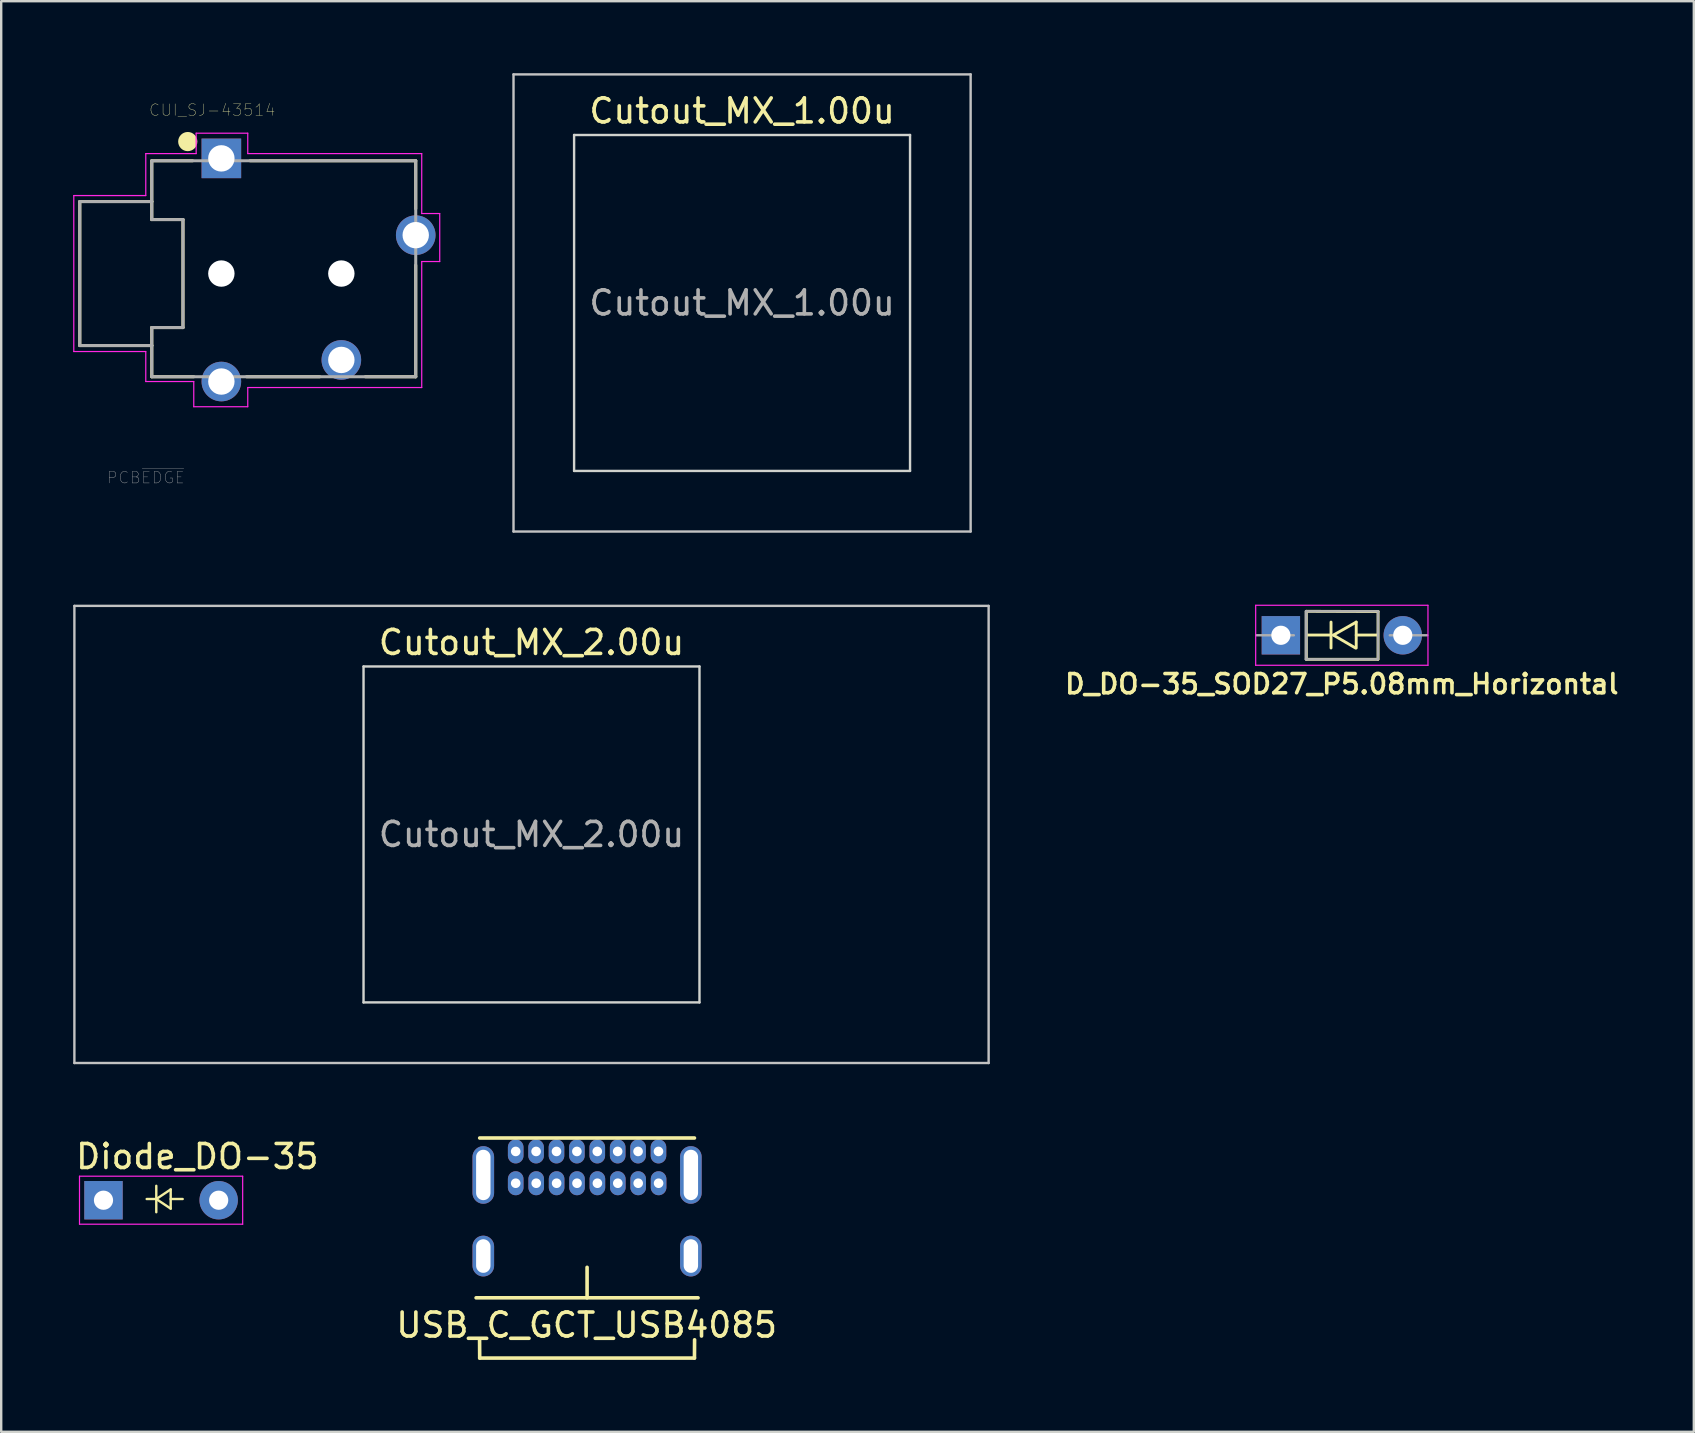
<source format=kicad_pcb>
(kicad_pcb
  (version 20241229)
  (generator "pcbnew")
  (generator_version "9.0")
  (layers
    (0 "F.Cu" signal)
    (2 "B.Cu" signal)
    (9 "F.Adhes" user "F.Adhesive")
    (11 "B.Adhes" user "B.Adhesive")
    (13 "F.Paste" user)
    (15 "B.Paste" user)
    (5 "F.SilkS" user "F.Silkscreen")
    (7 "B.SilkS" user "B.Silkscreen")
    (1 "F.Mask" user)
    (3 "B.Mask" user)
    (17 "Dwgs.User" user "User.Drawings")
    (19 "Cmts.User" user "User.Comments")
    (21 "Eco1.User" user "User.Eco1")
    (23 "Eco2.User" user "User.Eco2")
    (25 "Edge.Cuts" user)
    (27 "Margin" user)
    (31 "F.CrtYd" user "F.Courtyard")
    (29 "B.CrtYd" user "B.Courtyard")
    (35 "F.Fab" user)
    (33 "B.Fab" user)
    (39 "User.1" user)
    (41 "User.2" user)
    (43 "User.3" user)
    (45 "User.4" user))
  (footprint "CUI_SJ-43514"
    (layer "F.Cu")
    (at 8.775 8.35)
    (property "Reference" "CUI_SJ-43514" (at -2.98 -6.813 180) (layer "F.SilkS") (effects (font (size 0.481 0.481) (thickness 0.015))))
    (attr through_hole)
    (fp_line (start -8.5 -3) (end -5.5 -3) (stroke (width 0.127) (type solid)) (layer "F.SilkS"))
    (fp_line (start -8.5 3) (end -8.5 -3) (stroke (width 0.127) (type solid)) (layer "F.SilkS"))
    (fp_line (start -5.5 -4.7) (end -5.5 -3) (stroke (width 0.127) (type solid)) (layer "F.SilkS"))
    (fp_line (start -5.5 -3) (end -5.5 -2.25) (stroke (width 0.127) (type solid)) (layer "F.SilkS"))
    (fp_line (start -5.5 -2.25) (end -4.2 -2.25) (stroke (width 0.127) (type solid)) (layer "F.SilkS"))
    (fp_line (start -5.5 2.25) (end -5.5 3) (stroke (width 0.127) (type solid)) (layer "F.SilkS"))
    (fp_line (start -5.5 3) (end -8.5 3) (stroke (width 0.127) (type solid)) (layer "F.SilkS"))
    (fp_line (start -5.5 3) (end -5.5 4.3) (stroke (width 0.127) (type solid)) (layer "F.SilkS"))
    (fp_line (start -5.5 4.3) (end -3.75 4.3) (stroke (width 0.127) (type solid)) (layer "F.SilkS"))
    (fp_line (start -4.2 -2.25) (end -4.2 2.25) (stroke (width 0.127) (type solid)) (layer "F.SilkS"))
    (fp_line (start -4.2 2.25) (end -5.5 2.25) (stroke (width 0.127) (type solid)) (layer "F.SilkS"))
    (fp_line (start -3.8 -4.7) (end -5.5 -4.7) (stroke (width 0.127) (type solid)) (layer "F.SilkS"))
    (fp_line (start -1.4 -4.7) (end 5.5 -4.7) (stroke (width 0.127) (type solid)) (layer "F.SilkS"))
    (fp_line (start 1.5 4.3) (end -1.55 4.3) (stroke (width 0.127) (type solid)) (layer "F.SilkS"))
    (fp_line (start 5.5 -4.7) (end 5.5 -2.7) (stroke (width 0.127) (type solid)) (layer "F.SilkS"))
    (fp_line (start 5.5 -0.35) (end 5.5 4.3) (stroke (width 0.127) (type solid)) (layer "F.SilkS"))
    (fp_line (start 5.5 4.3) (end 3.4 4.3) (stroke (width 0.127) (type solid)) (layer "F.SilkS"))
    (fp_circle (center -4 -5.5) (end -3.8 -5.5) (stroke (width 0.4) (type solid)) (fill no) (layer "F.SilkS"))
    (fp_line (start -5.5 -8.35) (end -5.5 -2.25) (stroke (width 0.0001) (type solid)) (layer "Edge.Cuts"))
    (fp_line (start -5.5 -2.25) (end -4.2 -2.25) (stroke (width 0.0001) (type solid)) (layer "Edge.Cuts"))
    (fp_line (start -5.5 2.25) (end -5.5 8.85) (stroke (width 0.0001) (type solid)) (layer "Edge.Cuts"))
    (fp_line (start -4.2 -2.25) (end -4.2 2.25) (stroke (width 0.0001) (type solid)) (layer "Edge.Cuts"))
    (fp_line (start -4.2 2.25) (end -5.5 2.25) (stroke (width 0.0001) (type solid)) (layer "Edge.Cuts"))
    (fp_line (start -8.75 -3.25) (end -5.75 -3.25) (stroke (width 0.05) (type solid)) (layer "F.CrtYd"))
    (fp_line (start -8.75 3.25) (end -8.75 -3.25) (stroke (width 0.05) (type solid)) (layer "F.CrtYd"))
    (fp_line (start -5.75 -5) (end -3.65 -5) (stroke (width 0.05) (type solid)) (layer "F.CrtYd"))
    (fp_line (start -5.75 -3.25) (end -5.75 -5) (stroke (width 0.05) (type solid)) (layer "F.CrtYd"))
    (fp_line (start -5.75 3.25) (end -8.75 3.25) (stroke (width 0.05) (type solid)) (layer "F.CrtYd"))
    (fp_line (start -5.75 4.5) (end -5.75 3.25) (stroke (width 0.05) (type solid)) (layer "F.CrtYd"))
    (fp_line (start -3.75 4.5) (end -5.75 4.5) (stroke (width 0.05) (type solid)) (layer "F.CrtYd"))
    (fp_line (start -3.75 5.55) (end -3.75 4.5) (stroke (width 0.05) (type solid)) (layer "F.CrtYd"))
    (fp_line (start -3.65 -5.85) (end -1.5 -5.85) (stroke (width 0.05) (type solid)) (layer "F.CrtYd"))
    (fp_line (start -3.65 -5) (end -3.65 -5.85) (stroke (width 0.05) (type solid)) (layer "F.CrtYd"))
    (fp_line (start -1.5 -5.85) (end -1.5 -5) (stroke (width 0.05) (type solid)) (layer "F.CrtYd"))
    (fp_line (start -1.5 -5) (end 5.75 -5) (stroke (width 0.05) (type solid)) (layer "F.CrtYd"))
    (fp_line (start -1.5 4.75) (end -1.5 5.55) (stroke (width 0.05) (type solid)) (layer "F.CrtYd"))
    (fp_line (start -1.5 5.55) (end -3.75 5.55) (stroke (width 0.05) (type solid)) (layer "F.CrtYd"))
    (fp_line (start 5.75 -5) (end 5.75 -2.5) (stroke (width 0.05) (type solid)) (layer "F.CrtYd"))
    (fp_line (start 5.75 -2.5) (end 6.5 -2.5) (stroke (width 0.05) (type solid)) (layer "F.CrtYd"))
    (fp_line (start 5.75 -0.5) (end 5.75 4.75) (stroke (width 0.05) (type solid)) (layer "F.CrtYd"))
    (fp_line (start 5.75 4.75) (end -1.5 4.75) (stroke (width 0.05) (type solid)) (layer "F.CrtYd"))
    (fp_line (start 6.5 -2.5) (end 6.5 -0.5) (stroke (width 0.05) (type solid)) (layer "F.CrtYd"))
    (fp_line (start 6.5 -0.5) (end 5.75 -0.5) (stroke (width 0.05) (type solid)) (layer "F.CrtYd"))
    (fp_line (start -8.5 -3) (end -8.5 3) (stroke (width 0.127) (type solid)) (layer "F.Fab"))
    (fp_line (start -8.5 3) (end -5.5 3) (stroke (width 0.127) (type solid)) (layer "F.Fab"))
    (fp_line (start -5.5 -4.7) (end -5.5 -3) (stroke (width 0.127) (type solid)) (layer "F.Fab"))
    (fp_line (start -5.5 -4.7) (end 5.5 -4.7) (stroke (width 0.127) (type solid)) (layer "F.Fab"))
    (fp_line (start -5.5 -3) (end -8.5 -3) (stroke (width 0.127) (type solid)) (layer "F.Fab"))
    (fp_line (start -5.5 -3) (end -5.5 -2.25) (stroke (width 0.127) (type solid)) (layer "F.Fab"))
    (fp_line (start -5.5 -2.25) (end -4.2 -2.25) (stroke (width 0.127) (type solid)) (layer "F.Fab"))
    (fp_line (start -5.5 2.25) (end -5.5 3) (stroke (width 0.127) (type solid)) (layer "F.Fab"))
    (fp_line (start -5.5 3) (end -5.5 4.3) (stroke (width 0.127) (type solid)) (layer "F.Fab"))
    (fp_line (start -5.5 4.3) (end 5.5 4.3) (stroke (width 0.127) (type solid)) (layer "F.Fab"))
    (fp_line (start -4.2 -2.25) (end -4.2 2.25) (stroke (width 0.127) (type solid)) (layer "F.Fab"))
    (fp_line (start -4.2 2.25) (end -5.5 2.25) (stroke (width 0.127) (type solid)) (layer "F.Fab"))
    (fp_line (start 5.5 -4.7) (end 5.5 4.3) (stroke (width 0.127) (type solid)) (layer "F.Fab"))
    (fp_text user "PCB~{EDGE}" (at -5.753 8.505 180) (layer "F.Fab") (effects (font (size 0.48 0.48) (thickness 0.015))))
    (pad "" np_thru_hole circle (at -2.6 0) (size 1.1 1.1) (drill 1.1) (layers "*.Cu" "*.Mask"))
    (pad "" np_thru_hole circle (at 2.4 0) (size 1.1 1.1) (drill 1.1) (layers "*.Cu" "*.Mask"))
    (pad "1" thru_hole rect (at -2.6 -4.8) (size 1.65 1.65) (drill 1.1) (layers "*.Cu" "*.Mask"))
    (pad "2" thru_hole circle (at 2.4 3.6) (size 1.65 1.65) (drill 1.1) (layers "*.Cu" "*.Mask"))
    (pad "3" thru_hole circle (at 5.5 -1.6) (size 1.65 1.65) (drill 1.1) (layers "*.Cu" "*.Mask"))
    (pad "4" thru_hole circle (at -2.6 4.5) (size 1.65 1.65) (drill 1.1) (layers "*.Cu" "*.Mask")))
  (footprint "D_DO-35_SOD27_P5.08mm_Horizontal"
    (layer "F.Cu")
    (at 49.059 23.425)
    (property "Reference" "D_DO-35_SOD27_P5.08mm_Horizontal" (at 3.81 2.032 180) (layer "F.SilkS") (effects (font (size 0.8 0.8) (thickness 0.15))))
    (attr through_hole)
    (fp_line (start 2.33 -1) (end 5.32 -0.99) (stroke (width 0.12) (type solid)) (layer "F.SilkS"))
    (fp_line (start 2.33 1) (end 2.33 -1) (stroke (width 0.12) (type solid)) (layer "F.SilkS"))
    (fp_line (start 2.34 1) (end 5.31 1) (stroke (width 0.12) (type solid)) (layer "F.SilkS"))
    (fp_line (start 2.4 -0.01) (end 3.35 -0.01) (stroke (width 0.12) (type solid)) (layer "F.SilkS"))
    (fp_line (start 3.36 0.53) (end 3.36 -0.55) (stroke (width 0.12) (type solid)) (layer "F.SilkS"))
    (fp_line (start 3.46 -0.01) (end 4.41 -0.55) (stroke (width 0.12) (type solid)) (layer "F.SilkS"))
    (fp_line (start 3.47 0) (end 4.38 0.53) (stroke (width 0.12) (type solid)) (layer "F.SilkS"))
    (fp_line (start 4.41 0.53) (end 4.41 -0.55) (stroke (width 0.12) (type solid)) (layer "F.SilkS"))
    (fp_line (start 5.3 -0.01) (end 4.41 -0.01) (stroke (width 0.12) (type solid)) (layer "F.SilkS"))
    (fp_line (start 5.32 1) (end 5.32 -0.99) (stroke (width 0.12) (type solid)) (layer "F.SilkS"))
    (fp_line (start 0.22 -1.25) (end 0.22 1.25) (stroke (width 0.05) (type solid)) (layer "F.CrtYd"))
    (fp_line (start 0.22 1.25) (end 7.4 1.25) (stroke (width 0.05) (type solid)) (layer "F.CrtYd"))
    (fp_line (start 7.4 -1.25) (end 0.22 -1.25) (stroke (width 0.05) (type solid)) (layer "F.CrtYd"))
    (fp_line (start 7.4 1.25) (end 7.4 -1.25) (stroke (width 0.05) (type solid)) (layer "F.CrtYd"))
    (fp_line (start 0.25 0) (end 1.81 0) (stroke (width 0.1) (type solid)) (layer "F.Fab"))
    (fp_line (start 2.31 -1) (end 2.31 1) (stroke (width 0.1) (type solid)) (layer "F.Fab"))
    (fp_line (start 2.31 1) (end 5.3 1) (stroke (width 0.1) (type solid)) (layer "F.Fab"))
    (fp_line (start 2.33 -1) (end 2.33 1) (stroke (width 0.1) (type solid)) (layer "F.Fab"))
    (fp_line (start 5.32 -1) (end 2.33 -1) (stroke (width 0.1) (type solid)) (layer "F.Fab"))
    (fp_line (start 5.32 1) (end 5.32 -1) (stroke (width 0.1) (type solid)) (layer "F.Fab"))
    (fp_line (start 7.37 0) (end 5.81 0) (stroke (width 0.1) (type solid)) (layer "F.Fab"))
    (pad "1" thru_hole rect (at 1.27 0) (size 1.6 1.6) (drill 0.8) (layers "*.Cu" "*.Mask"))
    (pad "2" thru_hole oval (at 6.35 0) (size 1.6 1.6) (drill 0.8) (layers "*.Cu" "*.Mask")))
  (footprint "Cutout_MX_2.00u"
    (layer "F.Cu")
    (at 19.1 31.725)
    (property "Reference" "Cutout_MX_2.00u" (at 0 -8 0) (layer "F.SilkS") (effects (font (size 1 1) (thickness 0.15))))
    (attr through_hole)
    (fp_line (start -19.05 -9.525) (end -19.05 9.525) (stroke (width 0.1) (type solid)) (layer "Dwgs.User"))
    (fp_line (start -19.05 9.525) (end 19.05 9.525) (stroke (width 0.1) (type solid)) (layer "Dwgs.User"))
    (fp_line (start 19.05 -9.525) (end -19.05 -9.525) (stroke (width 0.1) (type solid)) (layer "Dwgs.User"))
    (fp_line (start 19.05 9.525) (end 19.05 -9.525) (stroke (width 0.1) (type solid)) (layer "Dwgs.User"))
    (fp_line (start -7 -7) (end -7 7) (stroke (width 0.1) (type solid)) (layer "Edge.Cuts"))
    (fp_line (start -7 7) (end 7 7) (stroke (width 0.1) (type solid)) (layer "Edge.Cuts"))
    (fp_line (start 7 -7) (end -7 -7) (stroke (width 0.1) (type solid)) (layer "Edge.Cuts"))
    (fp_line (start 7 7) (end 7 -7) (stroke (width 0.1) (type solid)) (layer "Edge.Cuts"))
    (fp_text user "${REFERENCE}" (at 0 0 0) (layer "F.Fab") (effects (font (size 1 1) (thickness 0.15)))))
  (footprint "Diode_DO-35"
    (layer "F.Cu")
    (at 1.363 47.268)
    (property "Reference" "Diode_DO-35" (at 3.81 -2.12 0) (layer "F.SilkS") (effects (font (size 1 1) (thickness 0.15))))
    (attr through_hole)
    (fp_line (start 1.7 -0.35) (end 2.1 -0.35) (stroke (width 0.1) (type solid)) (layer "F.SilkS"))
    (fp_line (start 2.1 -0.9) (end 2.1 0.2) (stroke (width 0.1) (type solid)) (layer "F.SilkS"))
    (fp_line (start 2.1 -0.35) (end 2.7 -0.75) (stroke (width 0.1) (type solid)) (layer "F.SilkS"))
    (fp_line (start 2.7 -0.75) (end 2.7 0.05) (stroke (width 0.1) (type solid)) (layer "F.SilkS"))
    (fp_line (start 2.7 -0.35) (end 3.2 -0.35) (stroke (width 0.1) (type solid)) (layer "F.SilkS"))
    (fp_line (start 2.7 0.05) (end 2.1 -0.35) (stroke (width 0.1) (type solid)) (layer "F.SilkS"))
    (fp_line (start -1.1 -1.3) (end -1.1 0.7) (stroke (width 0.05) (type solid)) (layer "F.CrtYd"))
    (fp_line (start -1.1 0.7) (end 5.7 0.7) (stroke (width 0.05) (type solid)) (layer "F.CrtYd"))
    (fp_line (start 5.7 -1.3) (end -1.1 -1.3) (stroke (width 0.05) (type solid)) (layer "F.CrtYd"))
    (fp_line (start 5.7 0.7) (end 5.7 -1.3) (stroke (width 0.05) (type solid)) (layer "F.CrtYd"))
    (pad "1" thru_hole rect (at -0.1 -0.3) (size 1.6 1.6) (drill 0.8) (layers "*.Cu" "*.Mask"))
    (pad "2" thru_hole oval (at 4.7 -0.3) (size 1.6 1.6) (drill 0.8) (layers "*.Cu" "*.Mask")))
  (footprint "USB_C_GCT_USB4085"
    (layer "F.Cu")
    (at 21.416 51.035)
    (property "Reference" "USB_C_GCT_USB4085" (at -0.017 1.137 180) (layer "F.SilkS") (effects (font (size 1 1) (thickness 0.15))))
    (attr through_hole)
    (fp_line (start -4.625 0) (end 4.625 0) (stroke (width 0.15) (type solid)) (layer "F.SilkS"))
    (fp_line (start -4.475 -6.66) (end 4.475 -6.66) (stroke (width 0.15) (type solid)) (layer "F.SilkS"))
    (fp_line (start -4.475 2.51) (end -4.48 1.75) (stroke (width 0.15) (type solid)) (layer "F.SilkS"))
    (fp_line (start -4.475 2.51) (end 4.475 2.51) (stroke (width 0.15) (type solid)) (layer "F.SilkS"))
    (fp_line (start 0 0) (end 0 -1.27) (stroke (width 0.15) (type solid)) (layer "F.SilkS"))
    (fp_line (start 4.48 1.75) (end 4.475 2.51) (stroke (width 0.15) (type solid)) (layer "F.SilkS"))
    (pad "A1" thru_hole oval (at -2.975 -6.1) (size 0.65 1) (drill 0.4) (layers "*.Cu" "*.Mask"))
    (pad "A4" thru_hole oval (at -2.125 -6.1) (size 0.65 1) (drill 0.4) (layers "*.Cu" "*.Mask"))
    (pad "A5" thru_hole oval (at -1.275 -6.1) (size 0.65 1) (drill 0.4) (layers "*.Cu" "*.Mask"))
    (pad "A6" thru_hole oval (at -0.425 -6.1) (size 0.65 1) (drill 0.4) (layers "*.Cu" "*.Mask"))
    (pad "A7" thru_hole oval (at 0.425 -6.1) (size 0.65 1) (drill 0.4) (layers "*.Cu" "*.Mask"))
    (pad "A8" thru_hole oval (at 1.275 -6.1) (size 0.65 1) (drill 0.4) (layers "*.Cu" "*.Mask"))
    (pad "A9" thru_hole oval (at 2.125 -6.1) (size 0.65 1) (drill 0.4) (layers "*.Cu" "*.Mask"))
    (pad "A12" thru_hole oval (at 2.975 -6.1) (size 0.65 1) (drill 0.4) (layers "*.Cu" "*.Mask"))
    (pad "B1" thru_hole oval (at 2.98 -4.775) (size 0.65 1) (drill 0.4) (layers "*.Cu" "*.Mask"))
    (pad "B4" thru_hole oval (at 2.13 -4.775) (size 0.65 1) (drill 0.4) (layers "*.Cu" "*.Mask"))
    (pad "B5" thru_hole oval (at 1.28 -4.775) (size 0.65 1) (drill 0.4) (layers "*.Cu" "*.Mask"))
    (pad "B6" thru_hole oval (at 0.43 -4.775) (size 0.65 1) (drill 0.4) (layers "*.Cu" "*.Mask"))
    (pad "B7" thru_hole oval (at -0.42 -4.775) (size 0.65 1) (drill 0.4) (layers "*.Cu" "*.Mask"))
    (pad "B8" thru_hole oval (at -1.27 -4.775) (size 0.65 1) (drill 0.4) (layers "*.Cu" "*.Mask"))
    (pad "B9" thru_hole oval (at -2.12 -4.775) (size 0.65 1) (drill 0.4) (layers "*.Cu" "*.Mask"))
    (pad "B12" thru_hole oval (at -2.975 -4.775) (size 0.65 1) (drill 0.4) (layers "*.Cu" "*.Mask"))
    (pad "S1" thru_hole oval (at -4.325 -5.12) (size 0.9 2.4) (drill oval 0.6 2.1) (layers "*.Cu" "*.Mask"))
    (pad "S1" thru_hole oval (at -4.325 -1.74) (size 0.9 1.7) (drill oval 0.6 1.4) (layers "*.Cu" "*.Mask"))
    (pad "S1" thru_hole oval (at 4.325 -5.12) (size 0.9 2.4) (drill oval 0.6 2.1) (layers "*.Cu" "*.Mask"))
    (pad "S1" thru_hole oval (at 4.325 -1.74) (size 0.9 1.7) (drill oval 0.6 1.4) (layers "*.Cu" "*.Mask")))
  (footprint "Cutout_MX_1.00u"
    (layer "F.Cu")
    (at 27.875 9.575)
    (property "Reference" "Cutout_MX_1.00u" (at 0 -8 0) (layer "F.SilkS") (effects (font (size 1 1) (thickness 0.15))))
    (attr through_hole)
    (fp_line (start -9.525 -9.525) (end -9.525 9.525) (stroke (width 0.1) (type solid)) (layer "Dwgs.User"))
    (fp_line (start -9.525 9.525) (end 9.525 9.525) (stroke (width 0.1) (type solid)) (layer "Dwgs.User"))
    (fp_line (start 9.525 -9.525) (end -9.525 -9.525) (stroke (width 0.1) (type solid)) (layer "Dwgs.User"))
    (fp_line (start 9.525 9.525) (end 9.525 -9.525) (stroke (width 0.1) (type solid)) (layer "Dwgs.User"))
    (fp_line (start -7 -7) (end -7 7) (stroke (width 0.1) (type solid)) (layer "Edge.Cuts"))
    (fp_line (start -7 7) (end 7 7) (stroke (width 0.1) (type solid)) (layer "Edge.Cuts"))
    (fp_line (start 7 -7) (end -7 -7) (stroke (width 0.1) (type solid)) (layer "Edge.Cuts"))
    (fp_line (start 7 7) (end 7 -7) (stroke (width 0.1) (type solid)) (layer "Edge.Cuts"))
    (fp_text user "${REFERENCE}" (at 0 0 0) (layer "F.Fab") (effects (font (size 1 1) (thickness 0.15)))))
  (gr_rect
    (start -3 -3)
    (end 67.538 56.62)
    (stroke (width 0.1) (type default))
    (fill no)
    (layer "Edge.Cuts")))
</source>
